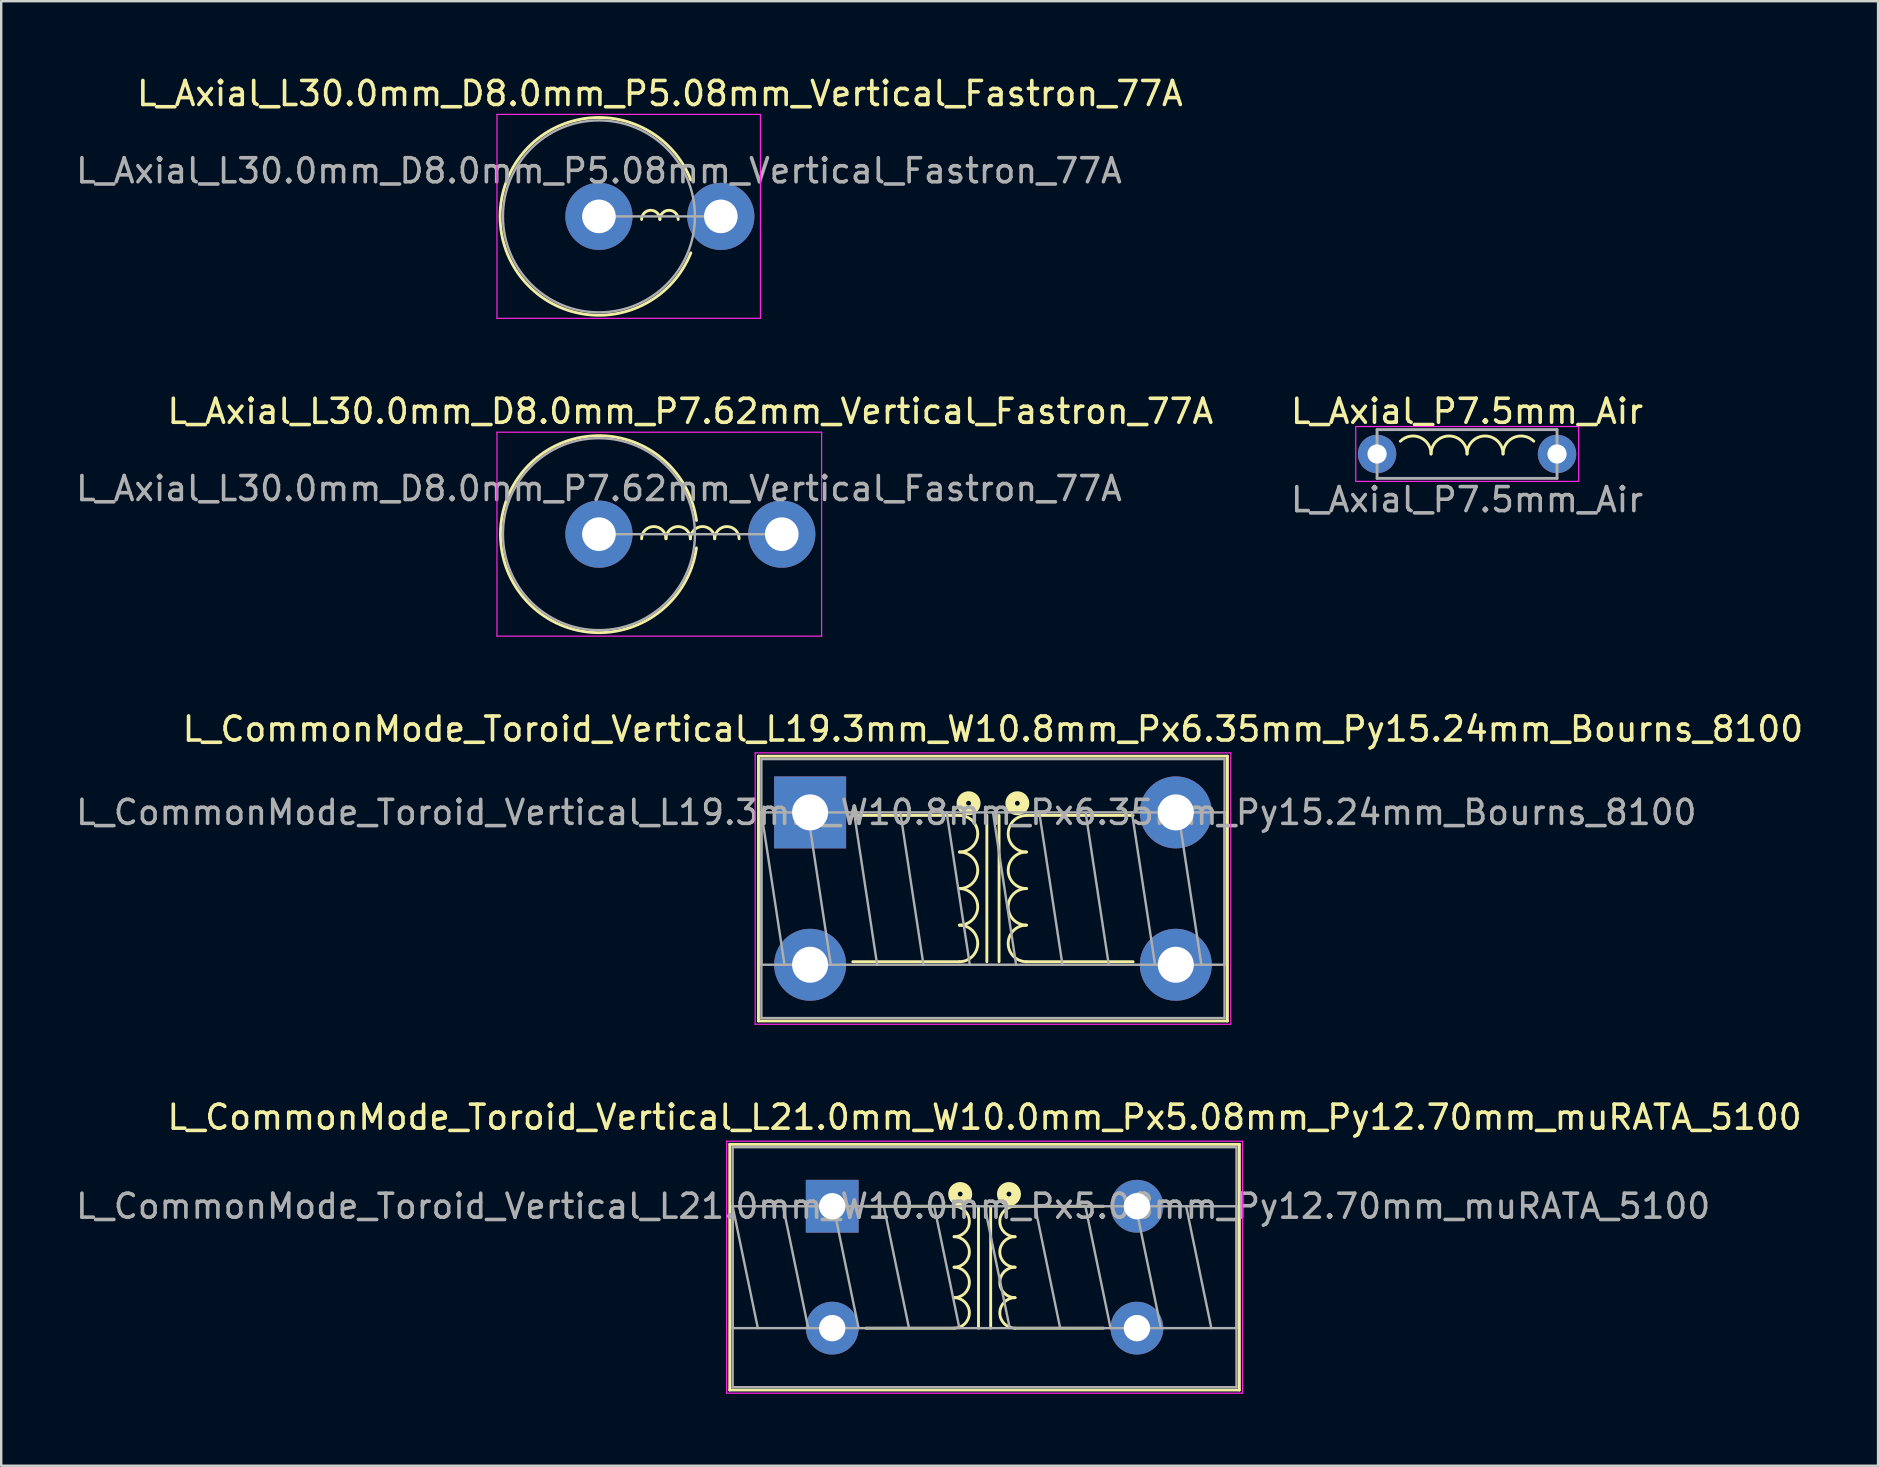
<source format=kicad_pcb>
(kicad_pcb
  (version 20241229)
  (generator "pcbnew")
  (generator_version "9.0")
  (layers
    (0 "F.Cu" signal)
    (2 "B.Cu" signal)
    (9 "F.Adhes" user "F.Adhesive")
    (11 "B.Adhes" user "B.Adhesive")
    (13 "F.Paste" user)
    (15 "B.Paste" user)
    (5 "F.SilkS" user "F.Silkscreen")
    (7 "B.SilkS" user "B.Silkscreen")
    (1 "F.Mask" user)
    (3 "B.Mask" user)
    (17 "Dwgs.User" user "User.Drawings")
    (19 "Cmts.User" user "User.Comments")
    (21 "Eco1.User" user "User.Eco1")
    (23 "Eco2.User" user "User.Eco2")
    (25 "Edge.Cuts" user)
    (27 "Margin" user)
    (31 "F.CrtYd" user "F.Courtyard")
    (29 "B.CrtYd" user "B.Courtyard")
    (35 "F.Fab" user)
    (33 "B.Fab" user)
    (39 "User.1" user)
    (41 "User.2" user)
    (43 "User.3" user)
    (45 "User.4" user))
  (footprint "L_Axial_L30.0mm_D8.0mm_P5.08mm_Vertical_Fastron_77A"
    (layer "F.Cu")
    (at 21.911 5.968)
    (property "Reference" "L_Axial_L30.0mm_D8.0mm_P5.08mm_Vertical_Fastron_77A" (at 2.54 -5.12 0) (layer "F.SilkS") (effects (font (size 1 1) (thickness 0.15))))
    (attr through_hole)
    (fp_arc (start 1.778 0.127) (mid 2.159 -0.254) (end 2.54 0.127) (stroke (width 0.12) (type solid)) (layer "F.SilkS"))
    (fp_arc (start 2.54 0.127) (mid 2.921 -0.254) (end 3.302 0.127) (stroke (width 0.12) (type solid)) (layer "F.SilkS"))
    (fp_arc (start 3.82936 1.52) (mid -4.12 0) (end 3.82936 -1.52) (stroke (width 0.12) (type solid)) (layer "F.SilkS"))
    (fp_line (start -4.25 -4.25) (end -4.25 4.25) (stroke (width 0.05) (type solid)) (layer "F.CrtYd"))
    (fp_line (start -4.25 4.25) (end 6.73 4.25) (stroke (width 0.05) (type solid)) (layer "F.CrtYd"))
    (fp_line (start 6.73 -4.25) (end -4.25 -4.25) (stroke (width 0.05) (type solid)) (layer "F.CrtYd"))
    (fp_line (start 6.73 4.25) (end 6.73 -4.25) (stroke (width 0.05) (type solid)) (layer "F.CrtYd"))
    (fp_line (start 0 0) (end 5.08 0) (stroke (width 0.1) (type solid)) (layer "F.Fab"))
    (fp_circle (center 0 0) (end 4 0) (stroke (width 0.1) (type solid)) (fill no) (layer "F.Fab"))
    (fp_text user "${REFERENCE}" (at 0 -1.9 0) (layer "F.Fab") (effects (font (size 1 1) (thickness 0.15))))
    (pad "1" thru_hole circle (at 0 0) (size 2.8 2.8) (drill 1.4) (layers "*.Cu" "*.Mask"))
    (pad "2" thru_hole oval (at 5.08 0) (size 2.8 2.8) (drill 1.4) (layers "*.Cu" "*.Mask")))
  (footprint "L_Axial_P7.5mm_Air"
    (layer "F.Cu")
    (at 54.34 15.87)
    (property "Reference" "L_Axial_P7.5mm_Air" (at 3.75 -1.778 0) (layer "F.SilkS") (effects (font (size 1 1) (thickness 0.15))))
    (attr through_hole)
    (fp_arc (start 0.96967 -0.53033) (mid 1.787013 -0.69291) (end 2.25 0) (stroke (width 0.12) (type solid)) (layer "F.SilkS"))
    (fp_arc (start 2.25 0) (mid 3 -0.75) (end 3.75 0) (stroke (width 0.12) (type solid)) (layer "F.SilkS"))
    (fp_arc (start 3.75 0) (mid 4.5 -0.75) (end 5.25 0) (stroke (width 0.12) (type solid)) (layer "F.SilkS"))
    (fp_arc (start 5.25 0) (mid 5.712987 -0.69291) (end 6.53033 -0.53033) (stroke (width 0.12) (type solid)) (layer "F.SilkS"))
    (fp_line (start -0.889 -1.143) (end -0.889 1.143) (stroke (width 0.05) (type solid)) (layer "F.CrtYd"))
    (fp_line (start -0.889 1.143) (end 8.4 1.143) (stroke (width 0.05) (type solid)) (layer "F.CrtYd"))
    (fp_line (start 8.4 -1.143) (end -0.889 -1.143) (stroke (width 0.05) (type solid)) (layer "F.CrtYd"))
    (fp_line (start 8.4 1.143) (end 8.4 -1.143) (stroke (width 0.05) (type solid)) (layer "F.CrtYd"))
    (fp_line (start 0 -1.016) (end 0 1.016) (stroke (width 0.12) (type solid)) (layer "F.Fab"))
    (fp_line (start 0 1.016) (end 7.5 1.016) (stroke (width 0.12) (type solid)) (layer "F.Fab"))
    (fp_line (start 7.5 -1.016) (end 0 -1.016) (stroke (width 0.12) (type solid)) (layer "F.Fab"))
    (fp_line (start 7.5 1.016) (end 7.5 -1.016) (stroke (width 0.12) (type solid)) (layer "F.Fab"))
    (fp_text user "${REFERENCE}" (at 3.75 1.905 0) (layer "F.Fab") (effects (font (size 1 1) (thickness 0.15))))
    (pad "1" thru_hole circle (at 0 0) (size 1.6 1.6) (drill 0.8) (layers "*.Cu" "*.Mask"))
    (pad "2" thru_hole oval (at 7.5 0) (size 1.6 1.6) (drill 0.8) (layers "*.Cu" "*.Mask")))
  (footprint "L_CommonMode_Toroid_Vertical_L19.3mm_W10.8mm_Px6.35mm_Py15.24mm_Bourns_8100"
    (layer "F.Cu")
    (at 30.712 30.807)
    (property "Reference" "L_CommonMode_Toroid_Vertical_L19.3mm_W10.8mm_Px6.35mm_Py15.24mm_Bourns_8100" (at 7.62 -3.473 0) (layer "F.SilkS") (effects (font (size 1 1) (thickness 0.15))))
    (attr through_hole)
    (fp_line (start -2.152 -2.343) (end -2.152 8.693) (stroke (width 0.12) (type solid)) (layer "F.SilkS"))
    (fp_line (start -2.152 -2.343) (end 17.392 -2.343) (stroke (width 0.12) (type solid)) (layer "F.SilkS"))
    (fp_line (start -2.152 8.693) (end 17.392 8.693) (stroke (width 0.12) (type solid)) (layer "F.SilkS"))
    (fp_line (start 6.223 0.127) (end 1.778 0.127) (stroke (width 0.12) (type solid)) (layer "F.SilkS"))
    (fp_line (start 6.223 6.223) (end 1.778 6.223) (stroke (width 0.12) (type solid)) (layer "F.SilkS"))
    (fp_line (start 7.366 6.223) (end 7.366 0.127) (stroke (width 0.12) (type solid)) (layer "F.SilkS"))
    (fp_line (start 7.874 0.127) (end 7.874 6.223) (stroke (width 0.12) (type solid)) (layer "F.SilkS"))
    (fp_line (start 9.017 0.127) (end 13.462 0.127) (stroke (width 0.12) (type solid)) (layer "F.SilkS"))
    (fp_line (start 9.017 6.223) (end 13.462 6.223) (stroke (width 0.12) (type solid)) (layer "F.SilkS"))
    (fp_line (start 17.392 -2.343) (end 17.392 8.693) (stroke (width 0.12) (type solid)) (layer "F.SilkS"))
    (fp_arc (start 6.223 0.127) (mid 6.985 0.889) (end 6.223 1.651) (stroke (width 0.12) (type solid)) (layer "F.SilkS"))
    (fp_arc (start 6.223 1.651) (mid 6.985 2.413) (end 6.223 3.175) (stroke (width 0.12) (type solid)) (layer "F.SilkS"))
    (fp_arc (start 6.223 3.175) (mid 6.985 3.937) (end 6.223 4.699) (stroke (width 0.12) (type solid)) (layer "F.SilkS"))
    (fp_arc (start 6.223 4.699) (mid 6.985 5.461) (end 6.223 6.223) (stroke (width 0.12) (type solid)) (layer "F.SilkS"))
    (fp_arc (start 9.017 1.651) (mid 8.255 0.889) (end 9.017 0.127) (stroke (width 0.12) (type solid)) (layer "F.SilkS"))
    (fp_arc (start 9.017 3.175) (mid 8.255 2.413) (end 9.017 1.651) (stroke (width 0.12) (type solid)) (layer "F.SilkS"))
    (fp_arc (start 9.017 4.699) (mid 8.255 3.937) (end 9.017 3.175) (stroke (width 0.12) (type solid)) (layer "F.SilkS"))
    (fp_arc (start 9.017 6.223) (mid 8.255 5.461) (end 9.017 4.699) (stroke (width 0.12) (type solid)) (layer "F.SilkS"))
    (fp_circle (center 6.604 -0.381) (end 6.704 -0.381) (stroke (width 0.4) (type solid)) (fill no) (layer "F.SilkS"))
    (fp_circle (center 8.636 -0.381) (end 8.736 -0.381) (stroke (width 0.4) (type solid)) (fill no) (layer "F.SilkS"))
    (fp_line (start -2.29 -2.48) (end -2.29 8.83) (stroke (width 0.05) (type solid)) (layer "F.CrtYd"))
    (fp_line (start -2.29 8.83) (end 17.53 8.83) (stroke (width 0.05) (type solid)) (layer "F.CrtYd"))
    (fp_line (start 17.53 -2.48) (end -2.29 -2.48) (stroke (width 0.05) (type solid)) (layer "F.CrtYd"))
    (fp_line (start 17.53 8.83) (end 17.53 -2.48) (stroke (width 0.05) (type solid)) (layer "F.CrtYd"))
    (fp_line (start -2.032 -2.223) (end -2.032 8.572) (stroke (width 0.1) (type solid)) (layer "F.Fab"))
    (fp_line (start -2.032 0) (end -2.032 6.35) (stroke (width 0.1) (type solid)) (layer "F.Fab"))
    (fp_line (start -2.032 0) (end -1.067 6.35) (stroke (width 0.1) (type solid)) (layer "F.Fab"))
    (fp_line (start -2.032 6.35) (end 17.272 6.35) (stroke (width 0.1) (type solid)) (layer "F.Fab"))
    (fp_line (start -2.032 8.572) (end 17.272 8.572) (stroke (width 0.1) (type solid)) (layer "F.Fab"))
    (fp_line (start -0.102 0) (end 0.864 6.35) (stroke (width 0.1) (type solid)) (layer "F.Fab"))
    (fp_line (start 1.829 0) (end 2.794 6.35) (stroke (width 0.1) (type solid)) (layer "F.Fab"))
    (fp_line (start 3.759 0) (end 4.724 6.35) (stroke (width 0.1) (type solid)) (layer "F.Fab"))
    (fp_line (start 5.69 0) (end 6.655 6.35) (stroke (width 0.1) (type solid)) (layer "F.Fab"))
    (fp_line (start 7.62 0) (end 8.585 6.35) (stroke (width 0.1) (type solid)) (layer "F.Fab"))
    (fp_line (start 9.55 0) (end 10.516 6.35) (stroke (width 0.1) (type solid)) (layer "F.Fab"))
    (fp_line (start 11.481 0) (end 12.446 6.35) (stroke (width 0.1) (type solid)) (layer "F.Fab"))
    (fp_line (start 13.411 0) (end 14.376 6.35) (stroke (width 0.1) (type solid)) (layer "F.Fab"))
    (fp_line (start 15.342 0) (end 16.307 6.35) (stroke (width 0.1) (type solid)) (layer "F.Fab"))
    (fp_line (start 17.272 -2.223) (end -2.032 -2.223) (stroke (width 0.1) (type solid)) (layer "F.Fab"))
    (fp_line (start 17.272 0) (end -2.032 0) (stroke (width 0.1) (type solid)) (layer "F.Fab"))
    (fp_line (start 17.272 6.35) (end 17.272 0) (stroke (width 0.1) (type solid)) (layer "F.Fab"))
    (fp_line (start 17.272 8.572) (end 17.272 -2.223) (stroke (width 0.1) (type solid)) (layer "F.Fab"))
    (fp_text user "${REFERENCE}" (at 3.175 0 0) (layer "F.Fab") (effects (font (size 1 1) (thickness 0.15))))
    (pad "1" thru_hole rect (at 0 0) (size 3 3) (drill 1.5) (layers "*.Cu" "*.Mask"))
    (pad "2" thru_hole circle (at 0 6.35) (size 3 3) (drill 1.5) (layers "*.Cu" "*.Mask"))
    (pad "3" thru_hole circle (at 15.24 6.35) (size 3 3) (drill 1.5) (layers "*.Cu" "*.Mask"))
    (pad "4" thru_hole circle (at 15.24 0) (size 3 3) (drill 1.5) (layers "*.Cu" "*.Mask")))
  (footprint "L_Axial_L30.0mm_D8.0mm_P7.62mm_Vertical_Fastron_77A"
    (layer "F.Cu")
    (at 21.911 19.212)
    (property "Reference" "L_Axial_L30.0mm_D8.0mm_P7.62mm_Vertical_Fastron_77A" (at 3.81 -5.12 0) (layer "F.SilkS") (effects (font (size 1 1) (thickness 0.15))))
    (attr through_hole)
    (fp_arc (start 1.778 0.1905) (mid 2.286 -0.3175) (end 2.794 0.1905) (stroke (width 0.12) (type solid)) (layer "F.SilkS"))
    (fp_arc (start 2.794 0.1905) (mid 3.302 -0.3175) (end 3.81 0.1905) (stroke (width 0.12) (type solid)) (layer "F.SilkS"))
    (fp_arc (start 3.81 0.1905) (mid 4.318 -0.3175) (end 4.826 0.1905) (stroke (width 0.12) (type solid)) (layer "F.SilkS"))
    (fp_arc (start 4.064 0.5715) (mid -4.103987 0) (end 4.064 -0.5715) (stroke (width 0.12) (type solid)) (layer "F.SilkS"))
    (fp_arc (start 4.826 0.1905) (mid 5.334 -0.3175) (end 5.842 0.1905) (stroke (width 0.12) (type solid)) (layer "F.SilkS"))
    (fp_line (start -4.25 -4.25) (end -4.25 4.25) (stroke (width 0.05) (type solid)) (layer "F.CrtYd"))
    (fp_line (start -4.25 4.25) (end 9.28 4.25) (stroke (width 0.05) (type solid)) (layer "F.CrtYd"))
    (fp_line (start 9.28 -4.25) (end -4.25 -4.25) (stroke (width 0.05) (type solid)) (layer "F.CrtYd"))
    (fp_line (start 9.28 4.25) (end 9.28 -4.25) (stroke (width 0.05) (type solid)) (layer "F.CrtYd"))
    (fp_line (start 0 0) (end 7.62 0) (stroke (width 0.1) (type solid)) (layer "F.Fab"))
    (fp_circle (center 0 0) (end 4 0) (stroke (width 0.1) (type solid)) (fill no) (layer "F.Fab"))
    (fp_text user "${REFERENCE}" (at 0 -1.9 0) (layer "F.Fab") (effects (font (size 1 1) (thickness 0.15))))
    (pad "1" thru_hole circle (at 0 0) (size 2.8 2.8) (drill 1.4) (layers "*.Cu" "*.Mask"))
    (pad "2" thru_hole oval (at 7.62 0) (size 2.8 2.8) (drill 1.4) (layers "*.Cu" "*.Mask")))
  (footprint "L_CommonMode_Toroid_Vertical_L21.0mm_W10.0mm_Px5.08mm_Py12.70mm_muRATA_5100"
    (layer "F.Cu")
    (at 31.633 47.221)
    (property "Reference" "L_CommonMode_Toroid_Vertical_L21.0mm_W10.0mm_Px5.08mm_Py12.70mm_muRATA_5100" (at 6.35 -3.71 0) (layer "F.SilkS") (effects (font (size 1 1) (thickness 0.15))))
    (attr through_hole)
    (fp_line (start -4.27 -2.58) (end -4.27 7.66) (stroke (width 0.12) (type solid)) (layer "F.SilkS"))
    (fp_line (start -4.27 -2.58) (end 16.97 -2.58) (stroke (width 0.12) (type solid)) (layer "F.SilkS"))
    (fp_line (start -4.27 7.66) (end 16.97 7.66) (stroke (width 0.12) (type solid)) (layer "F.SilkS"))
    (fp_line (start 1.397 5.08) (end 5.08 5.08) (stroke (width 0.12) (type solid)) (layer "F.SilkS"))
    (fp_line (start 5.08 0) (end 1.397 0) (stroke (width 0.12) (type solid)) (layer "F.SilkS"))
    (fp_line (start 6.096 0) (end 6.096 5.08) (stroke (width 0.12) (type solid)) (layer "F.SilkS"))
    (fp_line (start 6.604 5.08) (end 6.604 0) (stroke (width 0.12) (type solid)) (layer "F.SilkS"))
    (fp_line (start 11.303 0) (end 7.62 0) (stroke (width 0.12) (type solid)) (layer "F.SilkS"))
    (fp_line (start 11.303 5.08) (end 7.62 5.08) (stroke (width 0.12) (type solid)) (layer "F.SilkS"))
    (fp_line (start 16.97 -2.58) (end 16.97 7.66) (stroke (width 0.12) (type solid)) (layer "F.SilkS"))
    (fp_arc (start 5.08 0) (mid 5.715 0.635) (end 5.08 1.27) (stroke (width 0.12) (type solid)) (layer "F.SilkS"))
    (fp_arc (start 5.08 1.27) (mid 5.715 1.905) (end 5.08 2.54) (stroke (width 0.12) (type solid)) (layer "F.SilkS"))
    (fp_arc (start 5.08 2.54) (mid 5.715 3.175) (end 5.08 3.81) (stroke (width 0.12) (type solid)) (layer "F.SilkS"))
    (fp_arc (start 5.08 3.81) (mid 5.715 4.445) (end 5.08 5.08) (stroke (width 0.12) (type solid)) (layer "F.SilkS"))
    (fp_arc (start 7.62 1.27) (mid 6.985 0.635) (end 7.62 0) (stroke (width 0.12) (type solid)) (layer "F.SilkS"))
    (fp_arc (start 7.62 2.54) (mid 6.985 1.905) (end 7.62 1.27) (stroke (width 0.12) (type solid)) (layer "F.SilkS"))
    (fp_arc (start 7.62 3.81) (mid 6.985 3.175) (end 7.62 2.54) (stroke (width 0.12) (type solid)) (layer "F.SilkS"))
    (fp_arc (start 7.62 5.08) (mid 6.985 4.445) (end 7.62 3.81) (stroke (width 0.12) (type solid)) (layer "F.SilkS"))
    (fp_circle (center 5.334 -0.508) (end 5.434 -0.508) (stroke (width 0.4) (type solid)) (fill no) (layer "F.SilkS"))
    (fp_circle (center 7.366 -0.508) (end 7.466 -0.508) (stroke (width 0.4) (type solid)) (fill no) (layer "F.SilkS"))
    (fp_line (start -4.4 -2.71) (end -4.4 7.79) (stroke (width 0.05) (type solid)) (layer "F.CrtYd"))
    (fp_line (start -4.4 7.79) (end 17.1 7.79) (stroke (width 0.05) (type solid)) (layer "F.CrtYd"))
    (fp_line (start 17.1 -2.71) (end -4.4 -2.71) (stroke (width 0.05) (type solid)) (layer "F.CrtYd"))
    (fp_line (start 17.1 7.79) (end 17.1 -2.71) (stroke (width 0.05) (type solid)) (layer "F.CrtYd"))
    (fp_line (start -4.15 -2.46) (end -4.15 7.54) (stroke (width 0.1) (type solid)) (layer "F.Fab"))
    (fp_line (start -4.15 0) (end -4.15 5.08) (stroke (width 0.1) (type solid)) (layer "F.Fab"))
    (fp_line (start -4.15 0) (end -3.1 5.08) (stroke (width 0.1) (type solid)) (layer "F.Fab"))
    (fp_line (start -4.15 5.08) (end 16.85 5.08) (stroke (width 0.1) (type solid)) (layer "F.Fab"))
    (fp_line (start -4.15 7.54) (end 16.85 7.54) (stroke (width 0.1) (type solid)) (layer "F.Fab"))
    (fp_line (start -2.05 0) (end -1 5.08) (stroke (width 0.1) (type solid)) (layer "F.Fab"))
    (fp_line (start 0.05 0) (end 1.1 5.08) (stroke (width 0.1) (type solid)) (layer "F.Fab"))
    (fp_line (start 2.15 0) (end 3.2 5.08) (stroke (width 0.1) (type solid)) (layer "F.Fab"))
    (fp_line (start 4.25 0) (end 5.3 5.08) (stroke (width 0.1) (type solid)) (layer "F.Fab"))
    (fp_line (start 6.35 0) (end 7.4 5.08) (stroke (width 0.1) (type solid)) (layer "F.Fab"))
    (fp_line (start 8.45 0) (end 9.5 5.08) (stroke (width 0.1) (type solid)) (layer "F.Fab"))
    (fp_line (start 10.55 0) (end 11.6 5.08) (stroke (width 0.1) (type solid)) (layer "F.Fab"))
    (fp_line (start 12.65 0) (end 13.7 5.08) (stroke (width 0.1) (type solid)) (layer "F.Fab"))
    (fp_line (start 14.75 0) (end 15.8 5.08) (stroke (width 0.1) (type solid)) (layer "F.Fab"))
    (fp_line (start 16.85 -2.46) (end -4.15 -2.46) (stroke (width 0.1) (type solid)) (layer "F.Fab"))
    (fp_line (start 16.85 0) (end -4.15 0) (stroke (width 0.1) (type solid)) (layer "F.Fab"))
    (fp_line (start 16.85 5.08) (end 16.85 0) (stroke (width 0.1) (type solid)) (layer "F.Fab"))
    (fp_line (start 16.85 7.54) (end 16.85 -2.46) (stroke (width 0.1) (type solid)) (layer "F.Fab"))
    (fp_text user "${REFERENCE}" (at 2.54 0 0) (layer "F.Fab") (effects (font (size 1 1) (thickness 0.15))))
    (pad "1" thru_hole rect (at 0 0) (size 2.2 2.2) (drill 1.1) (layers "*.Cu" "*.Mask"))
    (pad "2" thru_hole circle (at 0 5.08) (size 2.2 2.2) (drill 1.1) (layers "*.Cu" "*.Mask"))
    (pad "3" thru_hole circle (at 12.7 5.08) (size 2.2 2.2) (drill 1.1) (layers "*.Cu" "*.Mask"))
    (pad "4" thru_hole circle (at 12.7 0) (size 2.2 2.2) (drill 1.1) (layers "*.Cu" "*.Mask")))
  (gr_rect
    (start -3 -3)
    (end 75.219 58.035)
    (stroke (width 0.1) (type default))
    (fill no)
    (layer "Edge.Cuts")))
</source>
